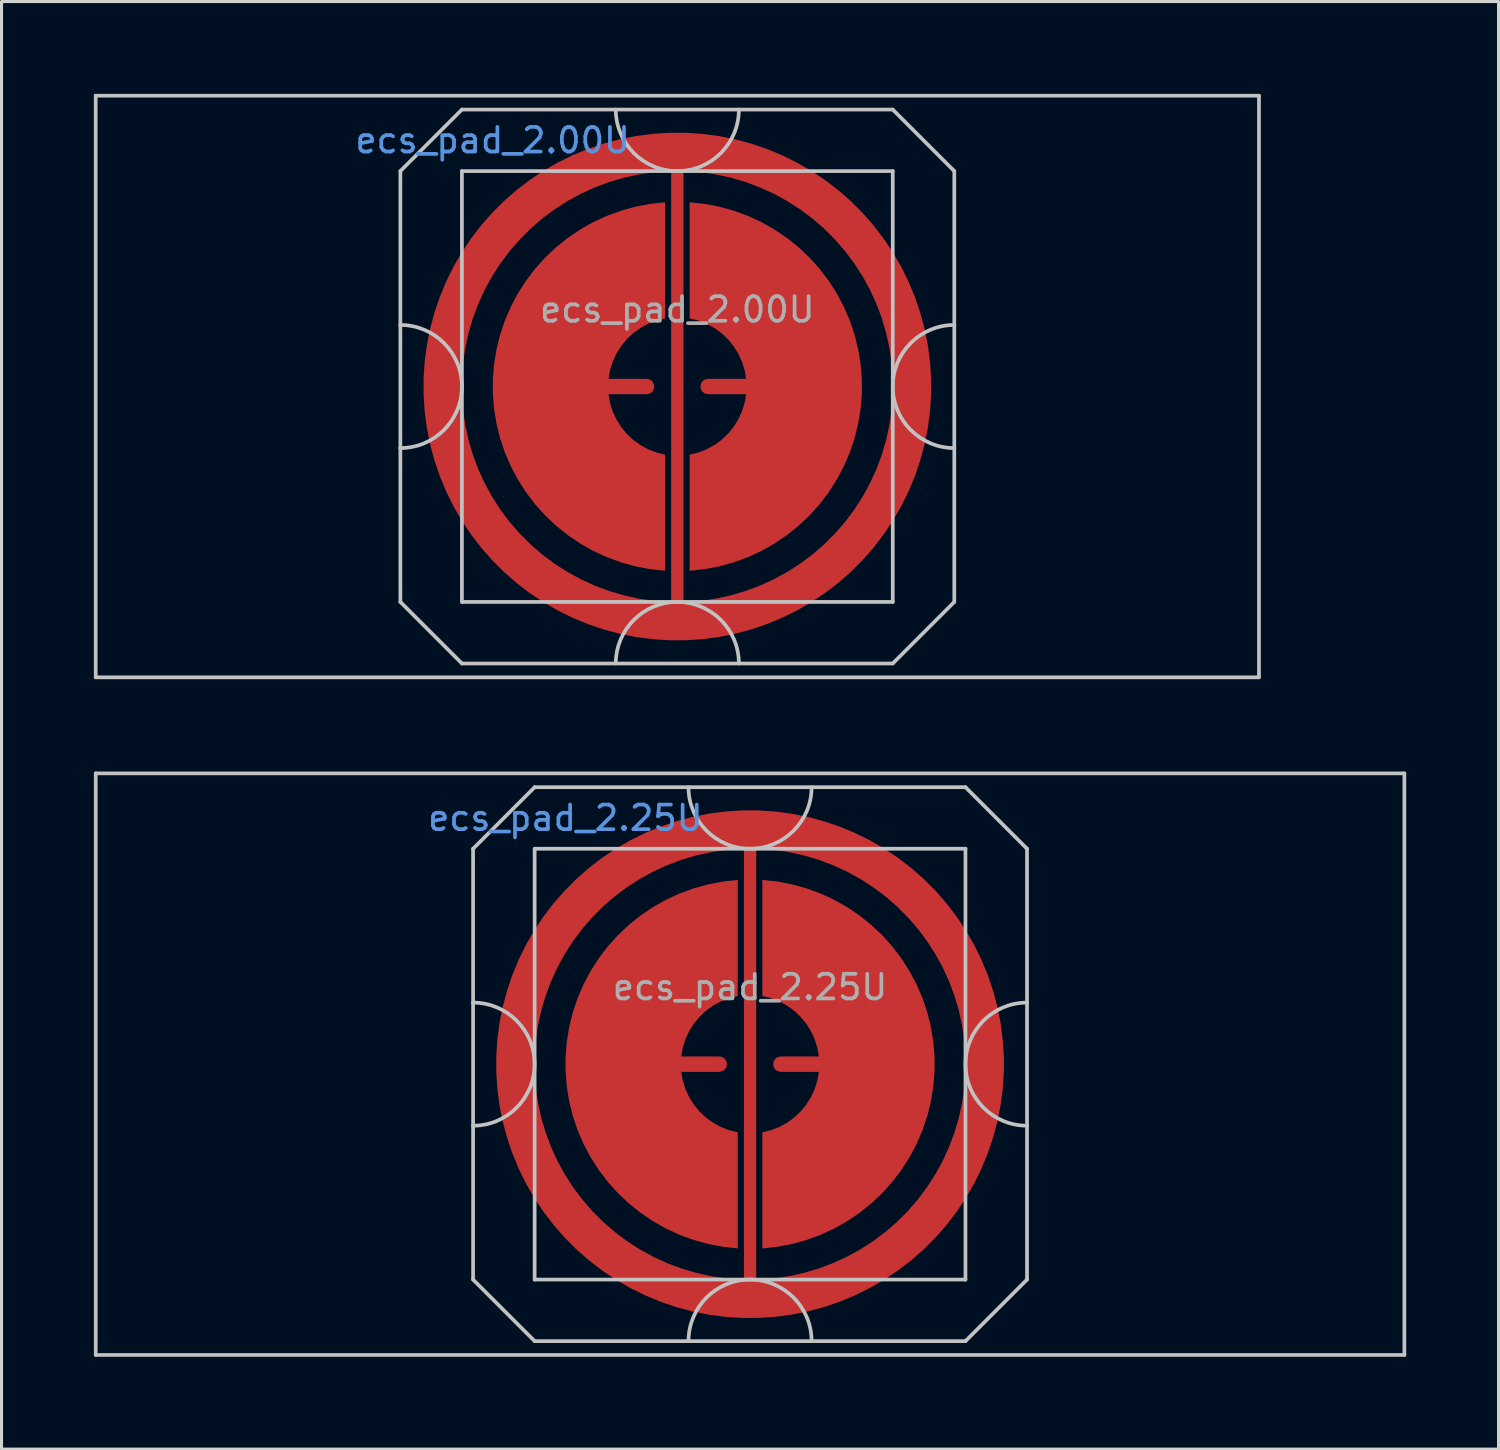
<source format=kicad_pcb>
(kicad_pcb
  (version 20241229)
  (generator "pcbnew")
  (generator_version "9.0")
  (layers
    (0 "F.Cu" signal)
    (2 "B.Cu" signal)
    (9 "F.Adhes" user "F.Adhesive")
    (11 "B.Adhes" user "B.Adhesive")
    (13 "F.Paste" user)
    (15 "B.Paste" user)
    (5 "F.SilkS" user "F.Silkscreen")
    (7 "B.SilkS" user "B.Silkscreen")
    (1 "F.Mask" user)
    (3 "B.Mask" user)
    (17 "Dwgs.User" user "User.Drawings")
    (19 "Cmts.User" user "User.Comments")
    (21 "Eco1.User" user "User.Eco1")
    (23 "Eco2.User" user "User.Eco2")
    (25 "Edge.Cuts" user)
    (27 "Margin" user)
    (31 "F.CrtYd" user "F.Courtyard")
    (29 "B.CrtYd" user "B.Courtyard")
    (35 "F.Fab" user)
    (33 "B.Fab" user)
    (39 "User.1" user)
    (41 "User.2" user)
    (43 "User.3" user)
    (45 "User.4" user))
  (footprint "ecs_pad_2.25U"
    (layer "F.Cu")
    (at 21.323 31.53)
    (property "Reference" "ecs_pad_2.25U" (at -6 -8 0) (layer "Cmts.User") (effects (font (size 0.8 0.8) (thickness 0.12))))
    (attr smd)
    (fp_line (start -21.262 -9.45) (end 21.262 -9.45) (stroke (width 0.12) (type solid)) (layer "Dwgs.User"))
    (fp_line (start -21.262 9.45) (end -21.262 -9.45) (stroke (width 0.12) (type solid)) (layer "Dwgs.User"))
    (fp_line (start -9 -7) (end -9 -2) (stroke (width 0.12) (type solid)) (layer "Dwgs.User"))
    (fp_line (start -9 -2) (end -9 2) (stroke (width 0.12) (type solid)) (layer "Dwgs.User"))
    (fp_line (start -9 2) (end -9 7) (stroke (width 0.12) (type solid)) (layer "Dwgs.User"))
    (fp_line (start -9 7) (end -7 9) (stroke (width 0.12) (type solid)) (layer "Dwgs.User"))
    (fp_line (start -7 -9) (end -9 -7) (stroke (width 0.12) (type solid)) (layer "Dwgs.User"))
    (fp_line (start -7 -7) (end -7 7) (stroke (width 0.12) (type solid)) (layer "Dwgs.User"))
    (fp_line (start -7 7) (end 7 7) (stroke (width 0.12) (type solid)) (layer "Dwgs.User"))
    (fp_line (start -7 9) (end 7 9) (stroke (width 0.12) (type solid)) (layer "Dwgs.User"))
    (fp_line (start 7 -9) (end -7 -9) (stroke (width 0.12) (type solid)) (layer "Dwgs.User"))
    (fp_line (start 7 -9) (end 9 -7) (stroke (width 0.12) (type solid)) (layer "Dwgs.User"))
    (fp_line (start 7 -7) (end -7 -7) (stroke (width 0.12) (type solid)) (layer "Dwgs.User"))
    (fp_line (start 7 7) (end 7 -7) (stroke (width 0.12) (type solid)) (layer "Dwgs.User"))
    (fp_line (start 7 9) (end 9 7) (stroke (width 0.12) (type solid)) (layer "Dwgs.User"))
    (fp_line (start 9 -2) (end 9 -7) (stroke (width 0.12) (type solid)) (layer "Dwgs.User"))
    (fp_line (start 9 -2) (end 9 2) (stroke (width 0.12) (type solid)) (layer "Dwgs.User"))
    (fp_line (start 9 7) (end 9 2) (stroke (width 0.12) (type solid)) (layer "Dwgs.User"))
    (fp_line (start 21.262 -9.45) (end 21.262 9.45) (stroke (width 0.12) (type solid)) (layer "Dwgs.User"))
    (fp_line (start 21.262 9.45) (end -21.262 9.45) (stroke (width 0.12) (type solid)) (layer "Dwgs.User"))
    (fp_arc (start -9 -2) (mid -7 0) (end -9 2) (stroke (width 0.12) (type solid)) (layer "Dwgs.User"))
    (fp_arc (start -2 9) (mid 0 7) (end 2 9) (stroke (width 0.12) (type solid)) (layer "Dwgs.User"))
    (fp_arc (start 2 -9) (mid 0 -7) (end -2 -9) (stroke (width 0.12) (type solid)) (layer "Dwgs.User"))
    (fp_arc (start 9 2) (mid 7 0) (end 9 -2) (stroke (width 0.12) (type solid)) (layer "Dwgs.User"))
    (fp_circle (center 0 0) (end 6.553 0) (stroke (width 0.12) (type solid)) (fill no) (layer "User.3"))
    (fp_text user "${REFERENCE}" (at 0 -2.5 0) (layer "F.Fab") (effects (font (size 0.8 0.8) (thickness 0.12))))
    (pad "1" smd custom (at -1 0) (size 0.4 0.4) (layers "F.Cu") (options (anchor circle)) (primitives (gr_poly (pts (xy 0.6 -2.214) (xy 0.32 -2.145) (xy 0.052 -2.041) (xy -0.201 -1.903) (xy -0.434 -1.734) (xy -0.644 -1.536) (xy -0.826 -1.314) (xy -0.979 -1.07) (xy -1.1 -0.808) (xy -1.186 -0.534) (xy -1.236 -0.25) (xy 0 -0.25) (xy 0.096 -0.231) (xy 0.177 -0.177) (xy 0.231 -0.096) (xy 0.25 0) (xy 0.231 0.096) (xy 0.177 0.177) (xy 0.096 0.231) (xy 0 0.25) (xy -1.236 0.25) (xy -1.186 0.534) (xy -1.1 0.808) (xy -0.979 1.07) (xy -0.826 1.314) (xy -0.644 1.536) (xy -0.434 1.734) (xy -0.201 1.903) (xy 0.052 2.041) (xy 0.32 2.145) (xy 0.6 2.214) (xy 0.6 5.987) (xy 0.115 5.934) (xy -0.364 5.843) (xy -0.834 5.713) (xy -1.292 5.545) (xy -1.735 5.341) (xy -2.159 5.101) (xy -2.563 4.827) (xy -2.943 4.522) (xy -3.298 4.187) (xy -3.623 3.824) (xy -3.919 3.436) (xy -4.182 3.025) (xy -4.41 2.594) (xy -4.603 2.147) (xy -4.759 1.684) (xy -4.876 1.211) (xy -4.955 0.73) (xy -4.995 0.244) (xy -4.995 -0.244) (xy -4.955 -0.73) (xy -4.876 -1.211) (xy -4.759 -1.684) (xy -4.603 -2.147) (xy -4.41 -2.594) (xy -4.182 -3.025) (xy -3.919 -3.436) (xy -3.623 -3.824) (xy -3.298 -4.187) (xy -2.943 -4.522) (xy -2.563 -4.827) (xy -2.159 -5.101) (xy -1.735 -5.341) (xy -1.292 -5.545) (xy -0.834 -5.713) (xy -0.364 -5.843) (xy 0.115 -5.934) (xy 0.6 -5.987)) (width 0) (fill yes))))
    (pad "2" smd custom (at 1 0 180) (size 0.4 0.4) (layers "F.Cu") (options (anchor circle)) (primitives (gr_poly (pts (xy 0.6 -2.214) (xy 0.32 -2.145) (xy 0.052 -2.041) (xy -0.201 -1.903) (xy -0.434 -1.734) (xy -0.644 -1.536) (xy -0.826 -1.314) (xy -0.979 -1.07) (xy -1.1 -0.808) (xy -1.186 -0.534) (xy -1.236 -0.25) (xy 0 -0.25) (xy 0.096 -0.231) (xy 0.177 -0.177) (xy 0.231 -0.096) (xy 0.25 0) (xy 0.231 0.096) (xy 0.177 0.177) (xy 0.096 0.231) (xy 0 0.25) (xy -1.236 0.25) (xy -1.186 0.534) (xy -1.1 0.808) (xy -0.979 1.07) (xy -0.826 1.314) (xy -0.644 1.536) (xy -0.434 1.734) (xy -0.201 1.903) (xy 0.052 2.041) (xy 0.32 2.145) (xy 0.6 2.214) (xy 0.6 5.987) (xy 0.115 5.934) (xy -0.364 5.843) (xy -0.834 5.713) (xy -1.292 5.545) (xy -1.735 5.341) (xy -2.159 5.101) (xy -2.563 4.827) (xy -2.943 4.522) (xy -3.298 4.187) (xy -3.623 3.824) (xy -3.919 3.436) (xy -4.182 3.025) (xy -4.41 2.594) (xy -4.603 2.147) (xy -4.759 1.684) (xy -4.876 1.211) (xy -4.955 0.73) (xy -4.995 0.244) (xy -4.995 -0.244) (xy -4.955 -0.73) (xy -4.876 -1.211) (xy -4.759 -1.684) (xy -4.603 -2.147) (xy -4.41 -2.594) (xy -4.182 -3.025) (xy -3.919 -3.436) (xy -3.623 -3.824) (xy -3.298 -4.187) (xy -2.943 -4.522) (xy -2.563 -4.827) (xy -2.159 -5.101) (xy -1.735 -5.341) (xy -1.292 -5.545) (xy -0.834 -5.713) (xy -0.364 -5.843) (xy 0.115 -5.934) (xy 0.6 -5.987)) (width 0) (fill yes))))
    (pad "3" smd custom (at 8 0) (size 0.5 0.5) (layers "F.Cu") (options (anchor rect)) (primitives (gr_circle (center -8 0) (end -0.375 0) (width 1.25) (fill no)) (gr_line (start -8 8) (end -8 -8) (width 0.4))))
    (zone (net_name "") (layer "B.Cu") (hatch edge 0.508) (connect_pads) (min_thickness 0.254) (filled_areas_thickness no) (keepout (tracks allowed) (vias allowed) (pads allowed) (copperpour not_allowed) (footprints allowed)) (placement (enabled no)) (fill) (polygon (pts (xy 27.881 31.53) (xy 27.861 31.015) (xy 27.8 30.504) (xy 27.7 29.999) (xy 27.56 29.503) (xy 27.382 29.02) (xy 27.166 28.553) (xy 26.914 28.103) (xy 26.628 27.675) (xy 26.309 27.271) (xy 25.96 26.893) (xy 25.582 26.543) (xy 25.177 26.224) (xy 24.749 25.938) (xy 24.3 25.687) (xy 23.832 25.471) (xy 23.349 25.293) (xy 22.853 25.153) (xy 22.348 25.052) (xy 21.837 24.992) (xy 21.323 24.972) (xy 20.808 24.992) (xy 20.297 25.052) (xy 19.792 25.153) (xy 19.296 25.293) (xy 18.813 25.471) (xy 18.345 25.687) (xy 17.896 25.938) (xy 17.468 26.224) (xy 17.063 26.543) (xy 16.685 26.893) (xy 16.336 27.271) (xy 16.017 27.675) (xy 15.731 28.103) (xy 15.479 28.553) (xy 15.263 29.02) (xy 15.085 29.503) (xy 14.945 29.999) (xy 14.845 30.504) (xy 14.784 31.015) (xy 14.764 31.53) (xy 14.784 32.045) (xy 14.845 32.556) (xy 14.945 33.061) (xy 15.085 33.557) (xy 15.263 34.04) (xy 15.479 34.507) (xy 15.731 34.957) (xy 16.017 35.385) (xy 16.336 35.789) (xy 16.685 36.167) (xy 17.063 36.517) (xy 17.468 36.836) (xy 17.896 37.122) (xy 18.345 37.373) (xy 18.813 37.589) (xy 19.296 37.767) (xy 19.792 37.907) (xy 20.297 38.008) (xy 20.808 38.068) (xy 21.323 38.088) (xy 21.837 38.068) (xy 22.348 38.008) (xy 22.853 37.907) (xy 23.349 37.767) (xy 23.832 37.589) (xy 24.3 37.373) (xy 24.749 37.122) (xy 25.177 36.836) (xy 25.582 36.517) (xy 25.96 36.167) (xy 26.309 35.789) (xy 26.628 35.385) (xy 26.914 34.957) (xy 27.166 34.507) (xy 27.382 34.04) (xy 27.56 33.557) (xy 27.7 33.061) (xy 27.8 32.556) (xy 27.861 32.045)))))
  (footprint "ecs_pad_2.00U"
    (layer "F.Cu")
    (at 18.96 9.51)
    (property "Reference" "ecs_pad_2.00U" (at -6 -8 180) (layer "Cmts.User") (effects (font (size 0.8 0.8) (thickness 0.12))))
    (attr smd)
    (fp_line (start -18.9 -9.45) (end 18.9 -9.45) (stroke (width 0.12) (type solid)) (layer "Dwgs.User"))
    (fp_line (start -18.9 9.45) (end -18.9 -9.45) (stroke (width 0.12) (type solid)) (layer "Dwgs.User"))
    (fp_line (start -9 -7) (end -9 -2) (stroke (width 0.12) (type solid)) (layer "Dwgs.User"))
    (fp_line (start -9 -2) (end -9 2) (stroke (width 0.12) (type solid)) (layer "Dwgs.User"))
    (fp_line (start -9 2) (end -9 7) (stroke (width 0.12) (type solid)) (layer "Dwgs.User"))
    (fp_line (start -9 7) (end -7 9) (stroke (width 0.12) (type solid)) (layer "Dwgs.User"))
    (fp_line (start -7 -9) (end -9 -7) (stroke (width 0.12) (type solid)) (layer "Dwgs.User"))
    (fp_line (start -7 -7) (end -7 7) (stroke (width 0.12) (type solid)) (layer "Dwgs.User"))
    (fp_line (start -7 7) (end 7 7) (stroke (width 0.12) (type solid)) (layer "Dwgs.User"))
    (fp_line (start -7 9) (end 7 9) (stroke (width 0.12) (type solid)) (layer "Dwgs.User"))
    (fp_line (start 7 -9) (end -7 -9) (stroke (width 0.12) (type solid)) (layer "Dwgs.User"))
    (fp_line (start 7 -9) (end 9 -7) (stroke (width 0.12) (type solid)) (layer "Dwgs.User"))
    (fp_line (start 7 -7) (end -7 -7) (stroke (width 0.12) (type solid)) (layer "Dwgs.User"))
    (fp_line (start 7 7) (end 7 -7) (stroke (width 0.12) (type solid)) (layer "Dwgs.User"))
    (fp_line (start 7 9) (end 9 7) (stroke (width 0.12) (type solid)) (layer "Dwgs.User"))
    (fp_line (start 9 -2) (end 9 -7) (stroke (width 0.12) (type solid)) (layer "Dwgs.User"))
    (fp_line (start 9 -2) (end 9 2) (stroke (width 0.12) (type solid)) (layer "Dwgs.User"))
    (fp_line (start 9 7) (end 9 2) (stroke (width 0.12) (type solid)) (layer "Dwgs.User"))
    (fp_line (start 18.9 -9.45) (end 18.9 9.45) (stroke (width 0.12) (type solid)) (layer "Dwgs.User"))
    (fp_line (start 18.9 9.45) (end -18.9 9.45) (stroke (width 0.12) (type solid)) (layer "Dwgs.User"))
    (fp_arc (start -9 -2) (mid -7 0) (end -9 2) (stroke (width 0.12) (type solid)) (layer "Dwgs.User"))
    (fp_arc (start -2 9) (mid 0 7) (end 2 9) (stroke (width 0.12) (type solid)) (layer "Dwgs.User"))
    (fp_arc (start 2 -9) (mid 0 -7) (end -2 -9) (stroke (width 0.12) (type solid)) (layer "Dwgs.User"))
    (fp_arc (start 9 2) (mid 7 0) (end 9 -2) (stroke (width 0.12) (type solid)) (layer "Dwgs.User"))
    (fp_circle (center 0 0) (end 6.553 0) (stroke (width 0.12) (type solid)) (fill no) (layer "User.3"))
    (fp_text user "${REFERENCE}" (at 0 -2.5 180) (layer "F.Fab") (effects (font (size 0.8 0.8) (thickness 0.12))))
    (pad "1" smd custom (at -1 0) (size 0.4 0.4) (layers "F.Cu") (options (anchor circle)) (primitives (gr_poly (pts (xy 0.6 -2.214) (xy 0.32 -2.145) (xy 0.052 -2.041) (xy -0.201 -1.903) (xy -0.434 -1.734) (xy -0.644 -1.536) (xy -0.826 -1.314) (xy -0.979 -1.07) (xy -1.1 -0.808) (xy -1.186 -0.534) (xy -1.236 -0.25) (xy 0 -0.25) (xy 0.096 -0.231) (xy 0.177 -0.177) (xy 0.231 -0.096) (xy 0.25 0) (xy 0.231 0.096) (xy 0.177 0.177) (xy 0.096 0.231) (xy 0 0.25) (xy -1.236 0.25) (xy -1.186 0.534) (xy -1.1 0.808) (xy -0.979 1.07) (xy -0.826 1.314) (xy -0.644 1.536) (xy -0.434 1.734) (xy -0.201 1.903) (xy 0.052 2.041) (xy 0.32 2.145) (xy 0.6 2.214) (xy 0.6 5.987) (xy 0.115 5.934) (xy -0.364 5.843) (xy -0.834 5.713) (xy -1.292 5.545) (xy -1.735 5.341) (xy -2.159 5.101) (xy -2.563 4.827) (xy -2.943 4.522) (xy -3.298 4.187) (xy -3.623 3.824) (xy -3.919 3.436) (xy -4.182 3.025) (xy -4.41 2.594) (xy -4.603 2.147) (xy -4.759 1.684) (xy -4.876 1.211) (xy -4.955 0.73) (xy -4.995 0.244) (xy -4.995 -0.244) (xy -4.955 -0.73) (xy -4.876 -1.211) (xy -4.759 -1.684) (xy -4.603 -2.147) (xy -4.41 -2.594) (xy -4.182 -3.025) (xy -3.919 -3.436) (xy -3.623 -3.824) (xy -3.298 -4.187) (xy -2.943 -4.522) (xy -2.563 -4.827) (xy -2.159 -5.101) (xy -1.735 -5.341) (xy -1.292 -5.545) (xy -0.834 -5.713) (xy -0.364 -5.843) (xy 0.115 -5.934) (xy 0.6 -5.987)) (width 0) (fill yes))))
    (pad "2" smd custom (at 1 0 180) (size 0.4 0.4) (layers "F.Cu") (options (anchor circle)) (primitives (gr_poly (pts (xy 0.6 -2.214) (xy 0.32 -2.145) (xy 0.052 -2.041) (xy -0.201 -1.903) (xy -0.434 -1.734) (xy -0.644 -1.536) (xy -0.826 -1.314) (xy -0.979 -1.07) (xy -1.1 -0.808) (xy -1.186 -0.534) (xy -1.236 -0.25) (xy 0 -0.25) (xy 0.096 -0.231) (xy 0.177 -0.177) (xy 0.231 -0.096) (xy 0.25 0) (xy 0.231 0.096) (xy 0.177 0.177) (xy 0.096 0.231) (xy 0 0.25) (xy -1.236 0.25) (xy -1.186 0.534) (xy -1.1 0.808) (xy -0.979 1.07) (xy -0.826 1.314) (xy -0.644 1.536) (xy -0.434 1.734) (xy -0.201 1.903) (xy 0.052 2.041) (xy 0.32 2.145) (xy 0.6 2.214) (xy 0.6 5.987) (xy 0.115 5.934) (xy -0.364 5.843) (xy -0.834 5.713) (xy -1.292 5.545) (xy -1.735 5.341) (xy -2.159 5.101) (xy -2.563 4.827) (xy -2.943 4.522) (xy -3.298 4.187) (xy -3.623 3.824) (xy -3.919 3.436) (xy -4.182 3.025) (xy -4.41 2.594) (xy -4.603 2.147) (xy -4.759 1.684) (xy -4.876 1.211) (xy -4.955 0.73) (xy -4.995 0.244) (xy -4.995 -0.244) (xy -4.955 -0.73) (xy -4.876 -1.211) (xy -4.759 -1.684) (xy -4.603 -2.147) (xy -4.41 -2.594) (xy -4.182 -3.025) (xy -3.919 -3.436) (xy -3.623 -3.824) (xy -3.298 -4.187) (xy -2.943 -4.522) (xy -2.563 -4.827) (xy -2.159 -5.101) (xy -1.735 -5.341) (xy -1.292 -5.545) (xy -0.834 -5.713) (xy -0.364 -5.843) (xy 0.115 -5.934) (xy 0.6 -5.987)) (width 0) (fill yes))))
    (pad "3" smd custom (at 8 0) (size 0.5 0.5) (layers "F.Cu") (options (anchor rect)) (primitives (gr_circle (center -8 0) (end -0.375 0) (width 1.25) (fill no)) (gr_line (start -8 8) (end -8 -8) (width 0.4))))
    (zone (net_name "") (layer "B.Cu") (hatch edge 0.508) (connect_pads) (min_thickness 0.254) (filled_areas_thickness no) (keepout (tracks allowed) (vias allowed) (pads allowed) (copperpour not_allowed) (footprints allowed)) (placement (enabled no)) (fill) (polygon (pts (xy 25.518 9.51) (xy 25.498 8.995) (xy 25.438 8.484) (xy 25.337 7.979) (xy 25.197 7.483) (xy 25.019 7) (xy 24.803 6.533) (xy 24.552 6.083) (xy 24.266 5.655) (xy 23.947 5.251) (xy 23.597 4.873) (xy 23.219 4.523) (xy 22.815 4.204) (xy 22.387 3.918) (xy 21.937 3.667) (xy 21.47 3.451) (xy 20.987 3.273) (xy 20.491 3.133) (xy 19.986 3.032) (xy 19.475 2.972) (xy 18.96 2.952) (xy 18.445 2.972) (xy 17.934 3.032) (xy 17.429 3.133) (xy 16.933 3.273) (xy 16.45 3.451) (xy 15.983 3.667) (xy 15.533 3.918) (xy 15.105 4.204) (xy 14.701 4.523) (xy 14.323 4.873) (xy 13.973 5.251) (xy 13.654 5.655) (xy 13.368 6.083) (xy 13.117 6.533) (xy 12.901 7) (xy 12.723 7.483) (xy 12.583 7.979) (xy 12.482 8.484) (xy 12.422 8.995) (xy 12.402 9.51) (xy 12.422 10.025) (xy 12.482 10.536) (xy 12.583 11.041) (xy 12.723 11.537) (xy 12.901 12.02) (xy 13.117 12.487) (xy 13.368 12.937) (xy 13.654 13.365) (xy 13.973 13.769) (xy 14.323 14.147) (xy 14.701 14.497) (xy 15.105 14.816) (xy 15.533 15.102) (xy 15.983 15.353) (xy 16.45 15.569) (xy 16.933 15.747) (xy 17.429 15.887) (xy 17.934 15.988) (xy 18.445 16.048) (xy 18.96 16.068) (xy 19.475 16.048) (xy 19.986 15.988) (xy 20.491 15.887) (xy 20.987 15.747) (xy 21.47 15.569) (xy 21.937 15.353) (xy 22.387 15.102) (xy 22.815 14.816) (xy 23.219 14.497) (xy 23.597 14.147) (xy 23.947 13.769) (xy 24.266 13.365) (xy 24.552 12.937) (xy 24.803 12.487) (xy 25.019 12.02) (xy 25.197 11.537) (xy 25.337 11.041) (xy 25.438 10.536) (xy 25.498 10.025)))))
  (gr_rect
    (start -3 -3)
    (end 45.645 44.04)
    (stroke (width 0.1) (type default))
    (fill no)
    (layer "Edge.Cuts")))
</source>
